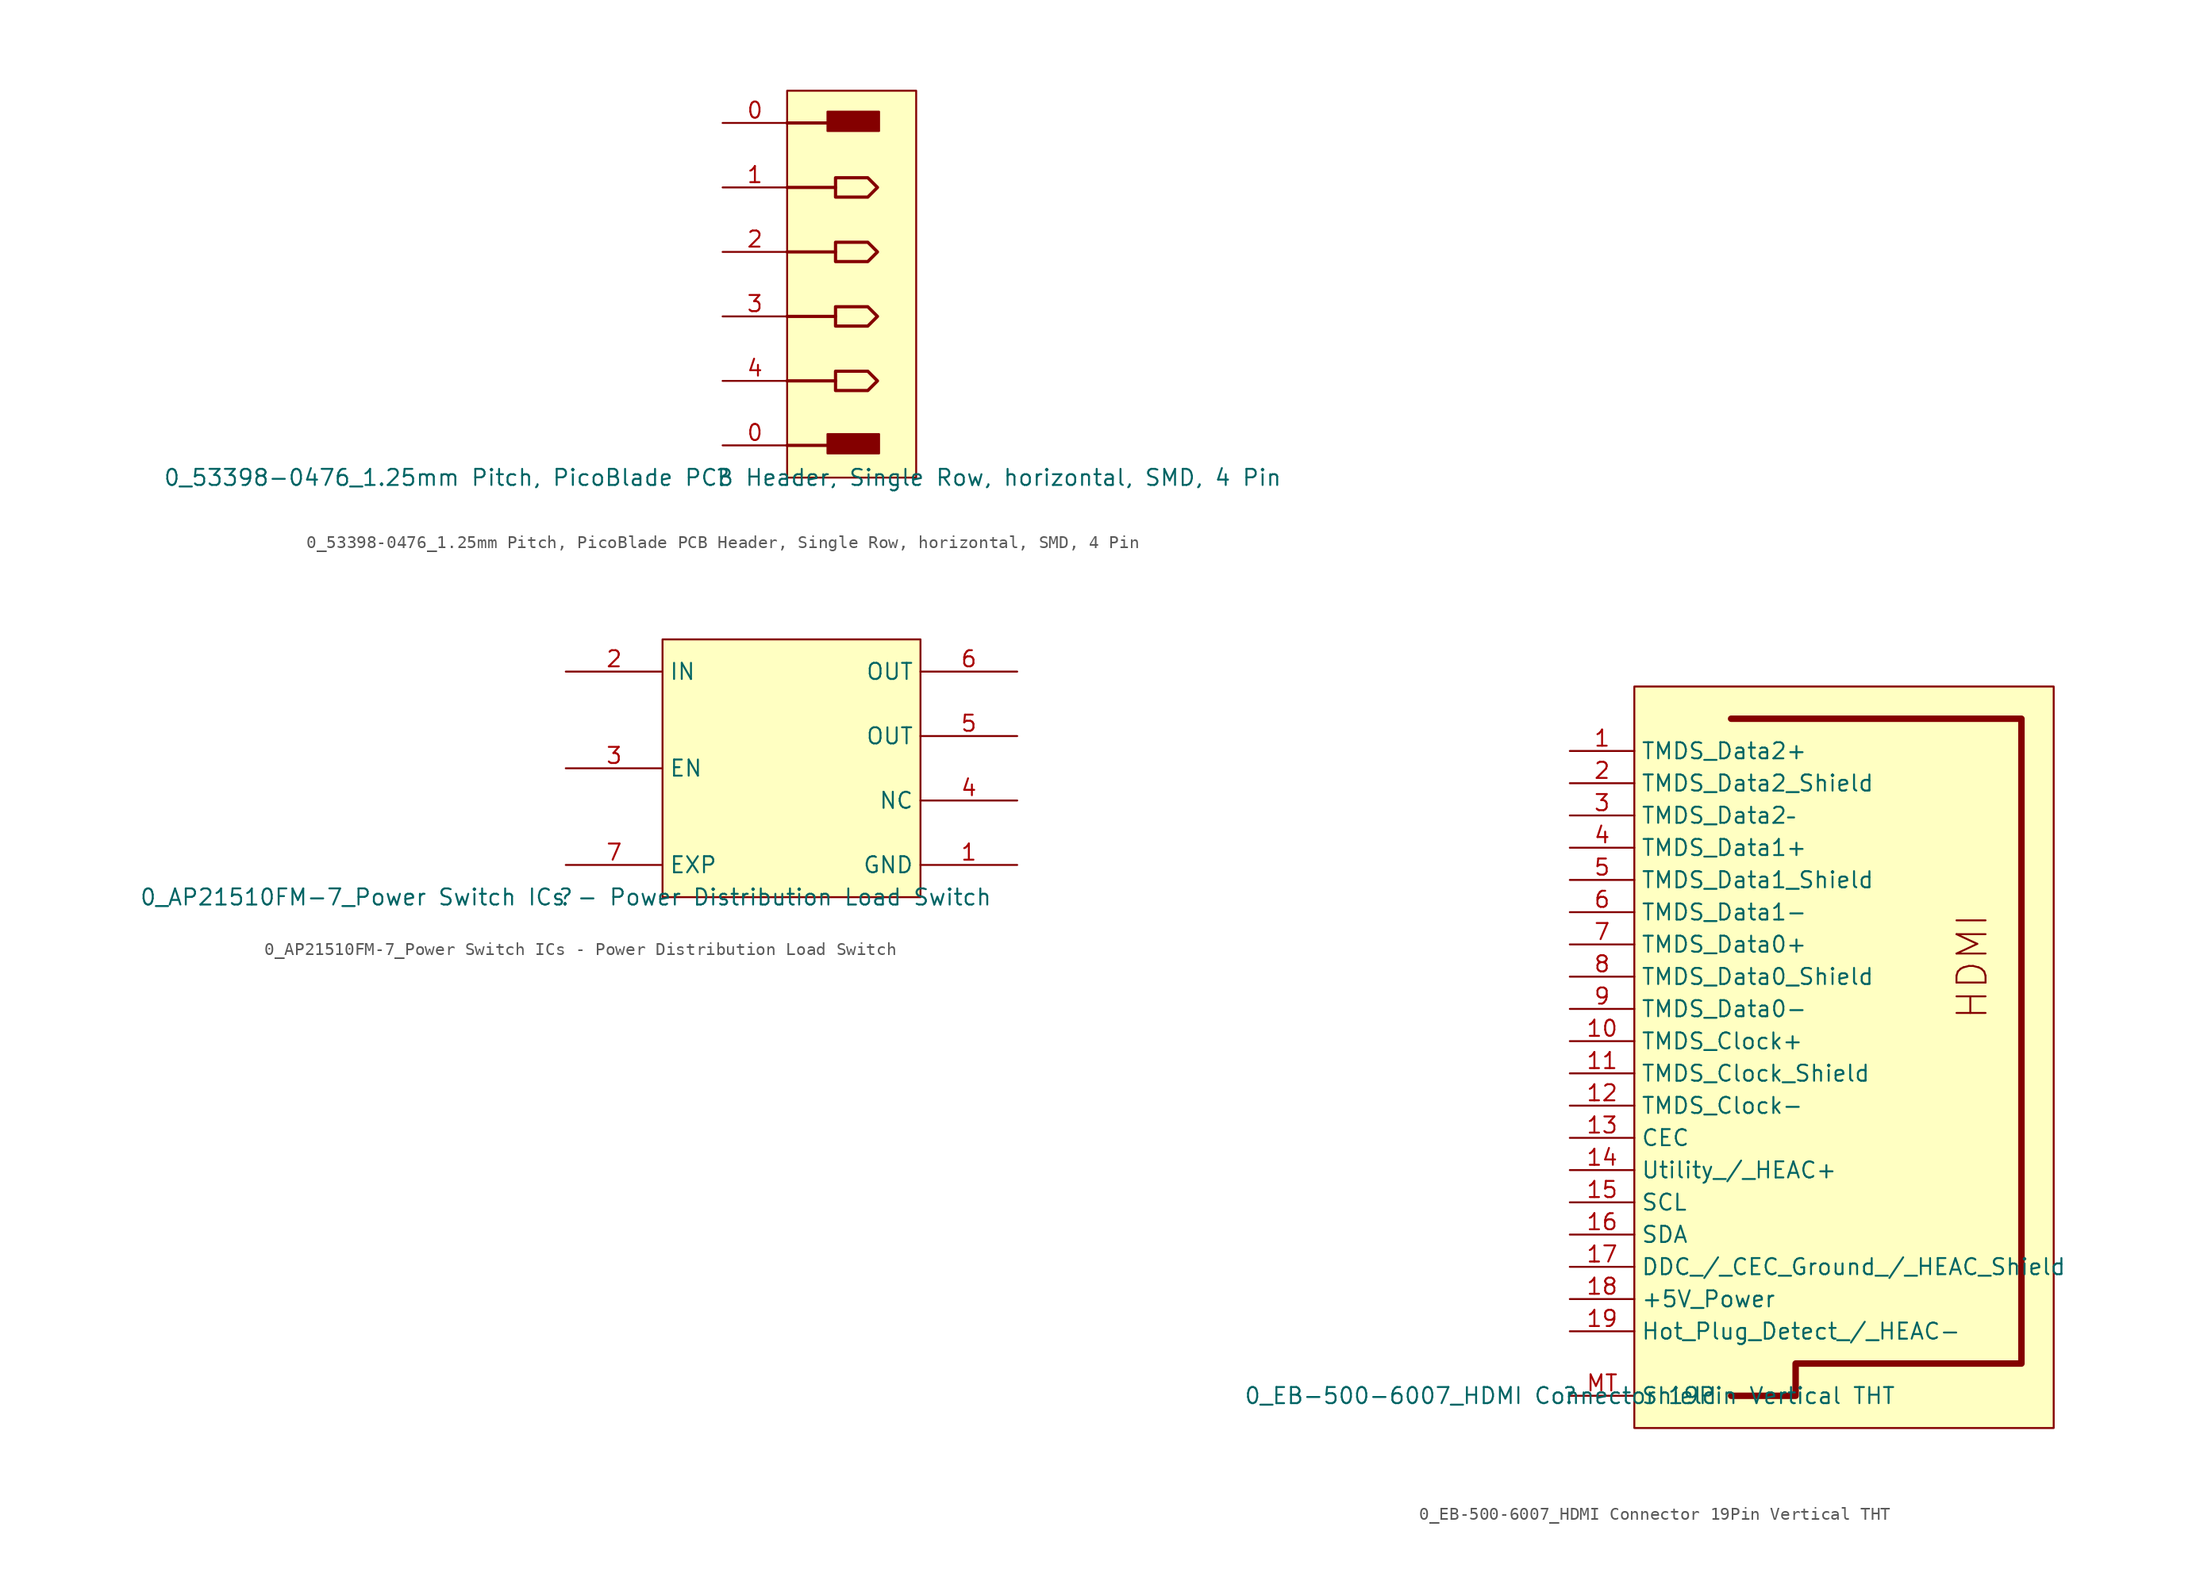
<source format=kicad_sym>
(kicad_symbol_lib
  (version 20211014)
  (generator kicad_symbol_editor)
  (symbol "0_53398-0476_1.25mm Pitch, PicoBlade PCB Header, Single Row, horizontal, SMD, 4 Pin"
    (property "Reference" ""
      (at 0 0 0)
      (effects (font (size 1.27 1.27))))
    (property "Value" "0_53398-0476_1.25mm Pitch, PicoBlade PCB Header, Single Row, horizontal, SMD, 4 Pin"
      (at 0 0 0)
      (effects (font (size 1.27 1.27))))
    (symbol "0_53398-0476_1.25mm Pitch, PicoBlade PCB Header, Single Row, horizontal, SMD, 4 Pin_1_0"
      (polyline (pts (xy 8.89 2.54) (xy 5.08 2.54)) (stroke (width 0.254) (type default) (color 0 0 0 0)) (fill (type none)))
      (polyline (pts (xy 8.89 7.62) (xy 5.08 7.62)) (stroke (width 0.254) (type default) (color 0 0 0 0)) (fill (type none)))
      (polyline (pts (xy 8.89 12.7) (xy 5.08 12.7)) (stroke (width 0.254) (type default) (color 0 0 0 0)) (fill (type none)))
      (polyline (pts (xy 8.89 17.78) (xy 5.08 17.78)) (stroke (width 0.254) (type default) (color 0 0 0 0)) (fill (type none)))
      (polyline (pts (xy 8.89 22.86) (xy 5.08 22.86)) (stroke (width 0.254) (type default) (color 0 0 0 0)) (fill (type none)))
      (polyline (pts (xy 8.89 27.94) (xy 5.08 27.94)) (stroke (width 0.254) (type default) (color 0 0 0 0)) (fill (type none)))
      (polyline (pts (xy 8.89 7.62) (xy 8.89 8.382) (xy 11.43 8.382) (xy 12.192 7.62) (xy 11.43 6.858) (xy 8.89 6.858) (xy 8.89 7.62)) (stroke (width 0.254) (type default) (color 0 0 0 0)) (fill (type none)))
      (polyline (pts (xy 8.89 12.7) (xy 8.89 13.462) (xy 11.43 13.462) (xy 12.192 12.7) (xy 11.43 11.938) (xy 8.89 11.938) (xy 8.89 12.7)) (stroke (width 0.254) (type default) (color 0 0 0 0)) (fill (type none)))
      (polyline (pts (xy 8.89 17.78) (xy 8.89 18.542) (xy 11.43 18.542) (xy 12.192 17.78) (xy 11.43 17.018) (xy 8.89 17.018) (xy 8.89 17.78)) (stroke (width 0.254) (type default) (color 0 0 0 0)) (fill (type none)))
      (polyline (pts (xy 8.89 22.86) (xy 8.89 23.622) (xy 11.43 23.622) (xy 12.192 22.86) (xy 11.43 22.098) (xy 8.89 22.098) (xy 8.89 22.86)) (stroke (width 0.254) (type default) (color 0 0 0 0)) (fill (type none)))
      (rectangle (start 12.319 3.429) (end 8.255 1.905) (stroke (width 0) (type default) (color 0 0 0 0)) (fill (type outline)))
      (rectangle (start 12.319 28.829) (end 8.255 27.305) (stroke (width 0) (type default) (color 0 0 0 0)) (fill (type outline)))
      (rectangle (start 15.24 30.48) (end 5.08 0) (stroke (width 0) (type default) (color 0 0 0 0)) (fill (type background)))
      (pin passive line (at 0 2.54 0) (length 5.08) (name "0" (effects (font (size 0 0)))) (number "0" (effects (font (size 1.27 1.27)))))
      (pin passive line (at 0 27.94 0) (length 5.08) (name "0" (effects (font (size 0 0)))) (number "0" (effects (font (size 1.27 1.27)))))
      (pin passive line (at 0 22.86 0) (length 5.08) (name "1" (effects (font (size 0 0)))) (number "1" (effects (font (size 1.27 1.27)))))
      (pin passive line (at 0 17.78 0) (length 5.08) (name "2" (effects (font (size 0 0)))) (number "2" (effects (font (size 1.27 1.27)))))
      (pin passive line (at 0 12.7 0) (length 5.08) (name "3" (effects (font (size 0 0)))) (number "3" (effects (font (size 1.27 1.27)))))
      (pin passive line (at 0 7.62 0) (length 5.08) (name "4" (effects (font (size 0 0)))) (number "4" (effects (font (size 1.27 1.27)))))))
  (symbol "0_AP21510FM-7_Power Switch ICs - Power Distribution Load Switch"
    (property "Reference" ""
      (at 0 0 0)
      (effects (font (size 1.27 1.27))))
    (property "Value" "0_AP21510FM-7_Power Switch ICs - Power Distribution Load Switch"
      (at 0 0 0)
      (effects (font (size 1.27 1.27))))
    (symbol "0_AP21510FM-7_Power Switch ICs - Power Distribution Load Switch_1_0"
      (rectangle (start 27.94 20.32) (end 7.62 0) (stroke (width 0) (type default) (color 0 0 0 0)) (fill (type background)))
      (pin power_in line (at 35.56 2.54 180) (length 7.62) (name "GND" (effects (font (size 1.27 1.27)))) (number "1" (effects (font (size 1.27 1.27)))))
      (pin power_in line (at 0 17.78 0) (length 7.62) (name "IN" (effects (font (size 1.27 1.27)))) (number "2" (effects (font (size 1.27 1.27)))))
      (pin power_in line (at 0 10.16 0) (length 7.62) (name "EN" (effects (font (size 1.27 1.27)))) (number "3" (effects (font (size 1.27 1.27)))))
      (pin power_in line (at 35.56 7.62 180) (length 7.62) (name "NC" (effects (font (size 1.27 1.27)))) (number "4" (effects (font (size 1.27 1.27)))))
      (pin power_in line (at 35.56 12.7 180) (length 7.62) (name "OUT" (effects (font (size 1.27 1.27)))) (number "5" (effects (font (size 1.27 1.27)))))
      (pin power_in line (at 35.56 17.78 180) (length 7.62) (name "OUT" (effects (font (size 1.27 1.27)))) (number "6" (effects (font (size 1.27 1.27)))))
      (pin power_in line (at 0 2.54 0) (length 7.62) (name "EXP" (effects (font (size 1.27 1.27)))) (number "7" (effects (font (size 1.27 1.27)))))))
  (symbol "0_EB-500-6007_HDMI Connector 19Pin Vertical THT"
    (property "Reference" ""
      (at 0 0 0)
      (effects (font (size 1.27 1.27))))
    (property "Value" "0_EB-500-6007_HDMI Connector 19Pin Vertical THT"
      (at 0 0 0)
      (effects (font (size 1.27 1.27))))
    (symbol "0_EB-500-6007_HDMI Connector 19Pin Vertical THT_1_0"
      (polyline (pts (xy 12.7 0) (xy 17.78 0) (xy 17.78 2.54) (xy 35.56 2.54) (xy 35.56 53.34) (xy 12.7 53.34)) (stroke (width 0.508) (type default) (color 0 0 0 0)) (fill (type none)))
      (rectangle (start 38.1 55.88) (end 5.08 -2.54) (stroke (width 0) (type default) (color 0 0 0 0)) (fill (type background)))
      (text "HDMI" (at 33.02 38.1 900) (effects (font (size 2.286 2.286)) (justify right bottom)))
      (pin passive line (at 0 50.8 0) (length 5.08) (name "TMDS_Data2+" (effects (font (size 1.27 1.27)))) (number "1" (effects (font (size 1.27 1.27)))))
      (pin passive line (at 0 27.94 0) (length 5.08) (name "TMDS_Clock+" (effects (font (size 1.27 1.27)))) (number "10" (effects (font (size 1.27 1.27)))))
      (pin passive line (at 0 25.4 0) (length 5.08) (name "TMDS_Clock_Shield" (effects (font (size 1.27 1.27)))) (number "11" (effects (font (size 1.27 1.27)))))
      (pin passive line (at 0 22.86 0) (length 5.08) (name "TMDS_Clock-" (effects (font (size 1.27 1.27)))) (number "12" (effects (font (size 1.27 1.27)))))
      (pin passive line (at 0 20.32 0) (length 5.08) (name "CEC" (effects (font (size 1.27 1.27)))) (number "13" (effects (font (size 1.27 1.27)))))
      (pin passive line (at 0 17.78 0) (length 5.08) (name "Utility_/_HEAC+" (effects (font (size 1.27 1.27)))) (number "14" (effects (font (size 1.27 1.27)))))
      (pin passive line (at 0 15.24 0) (length 5.08) (name "SCL" (effects (font (size 1.27 1.27)))) (number "15" (effects (font (size 1.27 1.27)))))
      (pin passive line (at 0 12.7 0) (length 5.08) (name "SDA" (effects (font (size 1.27 1.27)))) (number "16" (effects (font (size 1.27 1.27)))))
      (pin passive line (at 0 10.16 0) (length 5.08) (name "DDC_/_CEC_Ground_/_HEAC_Shield" (effects (font (size 1.27 1.27)))) (number "17" (effects (font (size 1.27 1.27)))))
      (pin passive line (at 0 7.62 0) (length 5.08) (name "+5V_Power" (effects (font (size 1.27 1.27)))) (number "18" (effects (font (size 1.27 1.27)))))
      (pin passive line (at 0 5.08 0) (length 5.08) (name "Hot_Plug_Detect_/_HEAC-" (effects (font (size 1.27 1.27)))) (number "19" (effects (font (size 1.27 1.27)))))
      (pin passive line (at 0 48.26 0) (length 5.08) (name "TMDS_Data2_Shield" (effects (font (size 1.27 1.27)))) (number "2" (effects (font (size 1.27 1.27)))))
      (pin passive line (at 0 45.72 0) (length 5.08) (name "TMDS_Data2–" (effects (font (size 1.27 1.27)))) (number "3" (effects (font (size 1.27 1.27)))))
      (pin passive line (at 0 43.18 0) (length 5.08) (name "TMDS_Data1+" (effects (font (size 1.27 1.27)))) (number "4" (effects (font (size 1.27 1.27)))))
      (pin passive line (at 0 40.64 0) (length 5.08) (name "TMDS_Data1_Shield" (effects (font (size 1.27 1.27)))) (number "5" (effects (font (size 1.27 1.27)))))
      (pin passive line (at 0 38.1 0) (length 5.08) (name "TMDS_Data1-" (effects (font (size 1.27 1.27)))) (number "6" (effects (font (size 1.27 1.27)))))
      (pin passive line (at 0 35.56 0) (length 5.08) (name "TMDS_Data0+" (effects (font (size 1.27 1.27)))) (number "7" (effects (font (size 1.27 1.27)))))
      (pin passive line (at 0 33.02 0) (length 5.08) (name "TMDS_Data0_Shield" (effects (font (size 1.27 1.27)))) (number "8" (effects (font (size 1.27 1.27)))))
      (pin passive line (at 0 30.48 0) (length 5.08) (name "TMDS_Data0-" (effects (font (size 1.27 1.27)))) (number "9" (effects (font (size 1.27 1.27)))))
      (pin passive line (at 0 0 0) (length 5.08) (name "Shield" (effects (font (size 1.27 1.27)))) (number "MT" (effects (font (size 1.27 1.27))))))))
</source>
